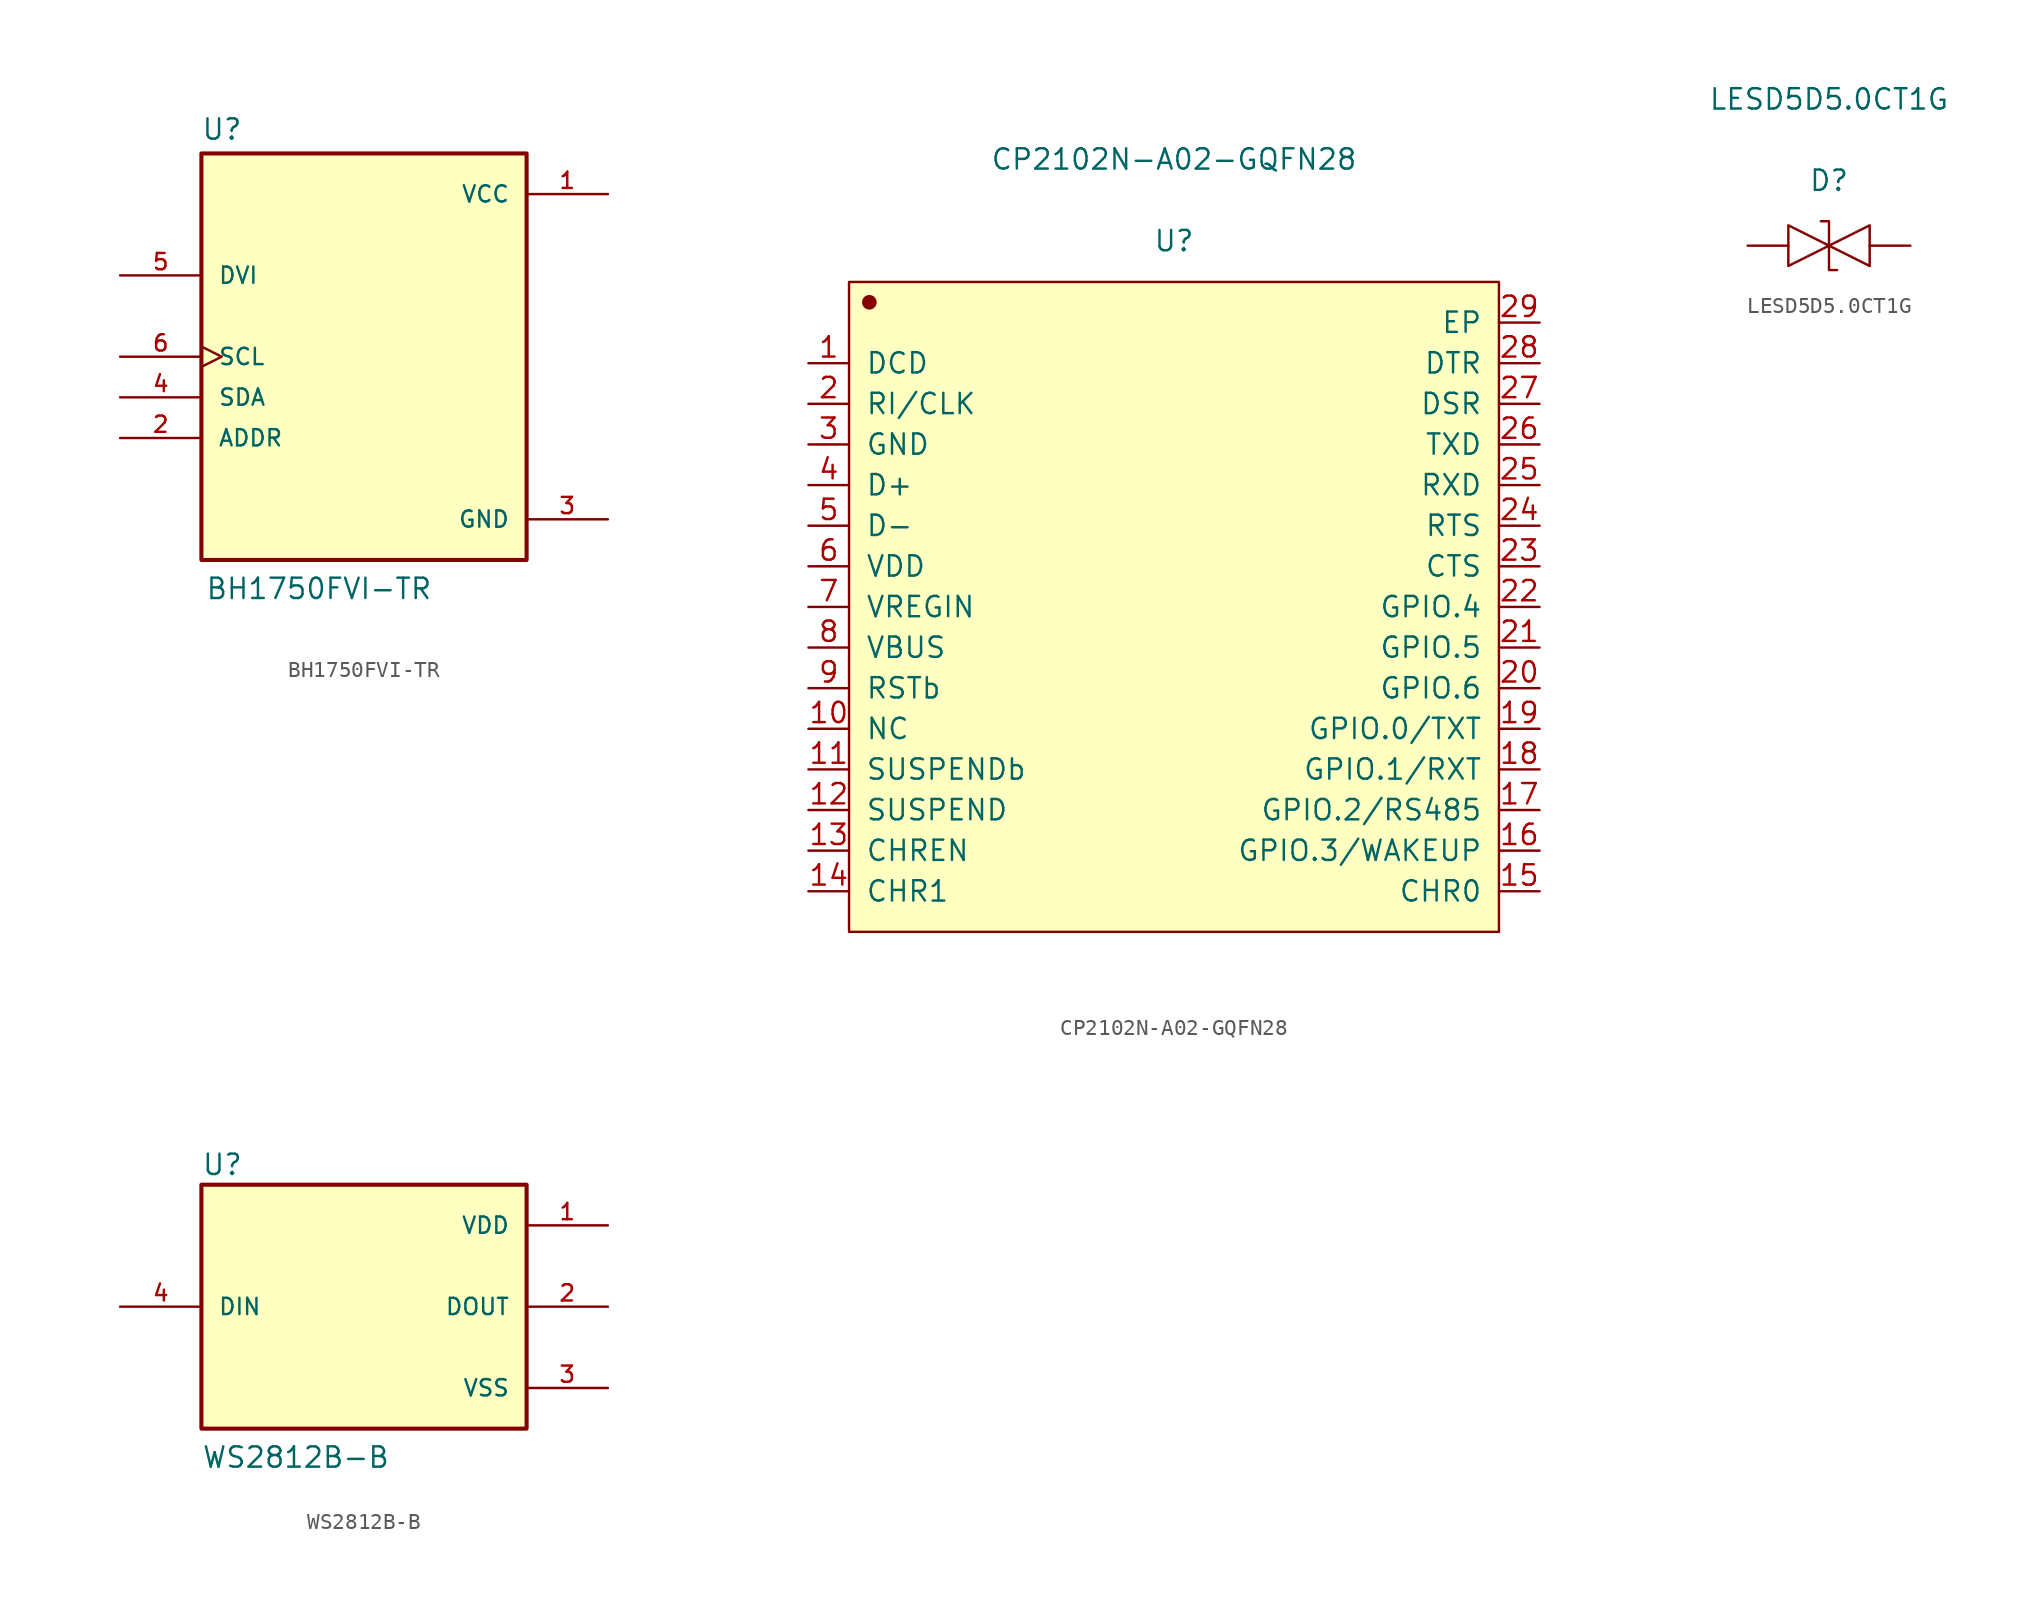
<source format=kicad_sym>
(kicad_symbol_lib
  (version 20211014)
  (generator kicad_symbol_editor)
  (symbol "BH1750FVI-TR"
    (pin_names
      (offset 1.016))
    (property "Reference" "U"
      (at -10.185 13.462 0)
      (effects (font (size 1.27 1.27)) (justify left bottom)))
    (property "Value" "BH1750FVI-TR"
      (at -9.931 -15.24 0)
      (effects (font (size 1.27 1.27)) (justify left bottom)))
    (property "ki_locked" ""
      (at 0 0 0)
      (effects (font (size 1.27 1.27))))
    (symbol "BH1750FVI-TR_0_0"
      (rectangle (start -10.16 -12.7) (end 10.16 12.7) (stroke (width 0.254) (type default) (color 0 0 0 0)) (fill (type background)))
      (pin power_in line (at 15.24 10.16 180) (length 5.08) (name "VCC" (effects (font (size 1.016 1.016)))) (number "1" (effects (font (size 1.016 1.016)))))
      (pin input line (at -15.24 -5.08 0) (length 5.08) (name "ADDR" (effects (font (size 1.016 1.016)))) (number "2" (effects (font (size 1.016 1.016)))))
      (pin power_in line (at 15.24 -10.16 180) (length 5.08) (name "GND" (effects (font (size 1.016 1.016)))) (number "3" (effects (font (size 1.016 1.016)))))
      (pin bidirectional line (at -15.24 -2.54 0) (length 5.08) (name "SDA" (effects (font (size 1.016 1.016)))) (number "4" (effects (font (size 1.016 1.016)))))
      (pin input line (at -15.24 5.08 0) (length 5.08) (name "DVI" (effects (font (size 1.016 1.016)))) (number "5" (effects (font (size 1.016 1.016)))))
      (pin input clock (at -15.24 0 0) (length 5.08) (name "SCL" (effects (font (size 1.016 1.016)))) (number "6" (effects (font (size 1.016 1.016)))))))
  (symbol "CP2102N-A02-GQFN28"
    (pin_names
      (offset 1.016))
    (property "Reference" "U"
      (at 0 22.885 0)
      (effects (font (size 1.27 1.27))))
    (property "Value" "CP2102N-A02-GQFN28"
      (at 0 27.991 0)
      (effects (font (size 1.27 1.27))))
    (symbol "CP2102N-A02-GQFN28_1_1"
      (rectangle (start -20.32 20.32) (end 20.32 -20.32) (stroke (width 0.152) (type default) (color 0 0 0 0)) (fill (type background)))
      (circle (center -19.05 19.05) (radius 0.381) (stroke (width 0.152) (type default) (color 0 0 0 0)) (fill (type outline)))
      (pin input line (at -22.86 15.24 0) (length 2.54) (name "DCD" (effects (font (size 1.27 1.27)))) (number "1" (effects (font (size 1.27 1.27)))))
      (pin input line (at -22.86 -7.62 0) (length 2.54) (name "NC" (effects (font (size 1.27 1.27)))) (number "10" (effects (font (size 1.27 1.27)))))
      (pin input line (at -22.86 -10.16 0) (length 2.54) (name "SUSPENDb" (effects (font (size 1.27 1.27)))) (number "11" (effects (font (size 1.27 1.27)))))
      (pin input line (at -22.86 -12.7 0) (length 2.54) (name "SUSPEND" (effects (font (size 1.27 1.27)))) (number "12" (effects (font (size 1.27 1.27)))))
      (pin input line (at -22.86 -15.24 0) (length 2.54) (name "CHREN" (effects (font (size 1.27 1.27)))) (number "13" (effects (font (size 1.27 1.27)))))
      (pin input line (at -22.86 -17.78 0) (length 2.54) (name "CHR1" (effects (font (size 1.27 1.27)))) (number "14" (effects (font (size 1.27 1.27)))))
      (pin input line (at 22.86 -17.78 180) (length 2.54) (name "CHR0" (effects (font (size 1.27 1.27)))) (number "15" (effects (font (size 1.27 1.27)))))
      (pin input line (at 22.86 -15.24 180) (length 2.54) (name "GPIO.3/WAKEUP" (effects (font (size 1.27 1.27)))) (number "16" (effects (font (size 1.27 1.27)))))
      (pin input line (at 22.86 -12.7 180) (length 2.54) (name "GPIO.2/RS485" (effects (font (size 1.27 1.27)))) (number "17" (effects (font (size 1.27 1.27)))))
      (pin input line (at 22.86 -10.16 180) (length 2.54) (name "GPIO.1/RXT" (effects (font (size 1.27 1.27)))) (number "18" (effects (font (size 1.27 1.27)))))
      (pin input line (at 22.86 -7.62 180) (length 2.54) (name "GPIO.0/TXT" (effects (font (size 1.27 1.27)))) (number "19" (effects (font (size 1.27 1.27)))))
      (pin input line (at -22.86 12.7 0) (length 2.54) (name "RI/CLK" (effects (font (size 1.27 1.27)))) (number "2" (effects (font (size 1.27 1.27)))))
      (pin input line (at 22.86 -5.08 180) (length 2.54) (name "GPIO.6" (effects (font (size 1.27 1.27)))) (number "20" (effects (font (size 1.27 1.27)))))
      (pin input line (at 22.86 -2.54 180) (length 2.54) (name "GPIO.5" (effects (font (size 1.27 1.27)))) (number "21" (effects (font (size 1.27 1.27)))))
      (pin input line (at 22.86 0 180) (length 2.54) (name "GPIO.4" (effects (font (size 1.27 1.27)))) (number "22" (effects (font (size 1.27 1.27)))))
      (pin input line (at 22.86 2.54 180) (length 2.54) (name "CTS" (effects (font (size 1.27 1.27)))) (number "23" (effects (font (size 1.27 1.27)))))
      (pin input line (at 22.86 5.08 180) (length 2.54) (name "RTS" (effects (font (size 1.27 1.27)))) (number "24" (effects (font (size 1.27 1.27)))))
      (pin input line (at 22.86 7.62 180) (length 2.54) (name "RXD" (effects (font (size 1.27 1.27)))) (number "25" (effects (font (size 1.27 1.27)))))
      (pin input line (at 22.86 10.16 180) (length 2.54) (name "TXD" (effects (font (size 1.27 1.27)))) (number "26" (effects (font (size 1.27 1.27)))))
      (pin input line (at 22.86 12.7 180) (length 2.54) (name "DSR" (effects (font (size 1.27 1.27)))) (number "27" (effects (font (size 1.27 1.27)))))
      (pin input line (at 22.86 15.24 180) (length 2.54) (name "DTR" (effects (font (size 1.27 1.27)))) (number "28" (effects (font (size 1.27 1.27)))))
      (pin input line (at 22.86 17.78 180) (length 2.54) (name "EP" (effects (font (size 1.27 1.27)))) (number "29" (effects (font (size 1.27 1.27)))))
      (pin input line (at -22.86 10.16 0) (length 2.54) (name "GND" (effects (font (size 1.27 1.27)))) (number "3" (effects (font (size 1.27 1.27)))))
      (pin input line (at -22.86 7.62 0) (length 2.54) (name "D+" (effects (font (size 1.27 1.27)))) (number "4" (effects (font (size 1.27 1.27)))))
      (pin input line (at -22.86 5.08 0) (length 2.54) (name "D-" (effects (font (size 1.27 1.27)))) (number "5" (effects (font (size 1.27 1.27)))))
      (pin input line (at -22.86 2.54 0) (length 2.54) (name "VDD" (effects (font (size 1.27 1.27)))) (number "6" (effects (font (size 1.27 1.27)))))
      (pin input line (at -22.86 0 0) (length 2.54) (name "VREGIN" (effects (font (size 1.27 1.27)))) (number "7" (effects (font (size 1.27 1.27)))))
      (pin input line (at -22.86 -2.54 0) (length 2.54) (name "VBUS" (effects (font (size 1.27 1.27)))) (number "8" (effects (font (size 1.27 1.27)))))
      (pin input line (at -22.86 -5.08 0) (length 2.54) (name "RSTb" (effects (font (size 1.27 1.27)))) (number "9" (effects (font (size 1.27 1.27)))))))
  (symbol "LESD5D5.0CT1G"
    (pin_numbers hide)
    (pin_names
      (offset 1.016) hide)
    (property "Reference" "D"
      (at 0 4.064 0)
      (effects (font (size 1.27 1.27))))
    (property "Value" "LESD5D5.0CT1G"
      (at 0 9.144 0)
      (effects (font (size 1.27 1.27))))
    (symbol "LESD5D5.0CT1G_1_1"
      (polyline (pts (xy -2.54 1.27) (xy 0 0) (xy -2.54 -1.27) (xy -2.54 1.27)) (stroke (width 0.152) (type default) (color 0 0 0 0)) (fill (type none)))
      (polyline (pts (xy 2.54 1.27) (xy 0 0) (xy 2.54 -1.27) (xy 2.54 1.27)) (stroke (width 0.152) (type default) (color 0 0 0 0)) (fill (type none)))
      (polyline (pts (xy -0.508 1.524) (xy -0.508 1.524) (xy 0 1.524) (xy 0 -1.524) (xy 0.508 -1.524) (xy 0.508 -1.524)) (stroke (width 0.152) (type default) (color 0 0 0 0)) (fill (type none)))
      (pin input line (at -5.08 0 0) (length 2.54) (name "1" (effects (font (size 1.27 1.27)))) (number "1" (effects (font (size 1.27 1.27)))))
      (pin input line (at 5.08 0 180) (length 2.54) (name "2" (effects (font (size 1.27 1.27)))) (number "2" (effects (font (size 1.27 1.27)))))))
  (symbol "WS2812B-B"
    (pin_names
      (offset 1.016))
    (property "Reference" "U"
      (at -10.16 8.128 0)
      (effects (font (size 1.27 1.27)) (justify left bottom)))
    (property "Value" "WS2812B-B"
      (at -10.16 -10.16 0)
      (effects (font (size 1.27 1.27)) (justify left bottom)))
    (property "ki_locked" ""
      (at 0 0 0)
      (effects (font (size 1.27 1.27))))
    (symbol "WS2812B-B_0_0"
      (rectangle (start -10.16 -7.62) (end 10.16 7.62) (stroke (width 0.254) (type default) (color 0 0 0 0)) (fill (type background)))
      (pin power_in line (at 15.24 5.08 180) (length 5.08) (name "VDD" (effects (font (size 1.016 1.016)))) (number "1" (effects (font (size 1.016 1.016)))))
      (pin output line (at 15.24 0 180) (length 5.08) (name "DOUT" (effects (font (size 1.016 1.016)))) (number "2" (effects (font (size 1.016 1.016)))))
      (pin power_in line (at 15.24 -5.08 180) (length 5.08) (name "VSS" (effects (font (size 1.016 1.016)))) (number "3" (effects (font (size 1.016 1.016)))))
      (pin input line (at -15.24 0 0) (length 5.08) (name "DIN" (effects (font (size 1.016 1.016)))) (number "4" (effects (font (size 1.016 1.016))))))))
</source>
